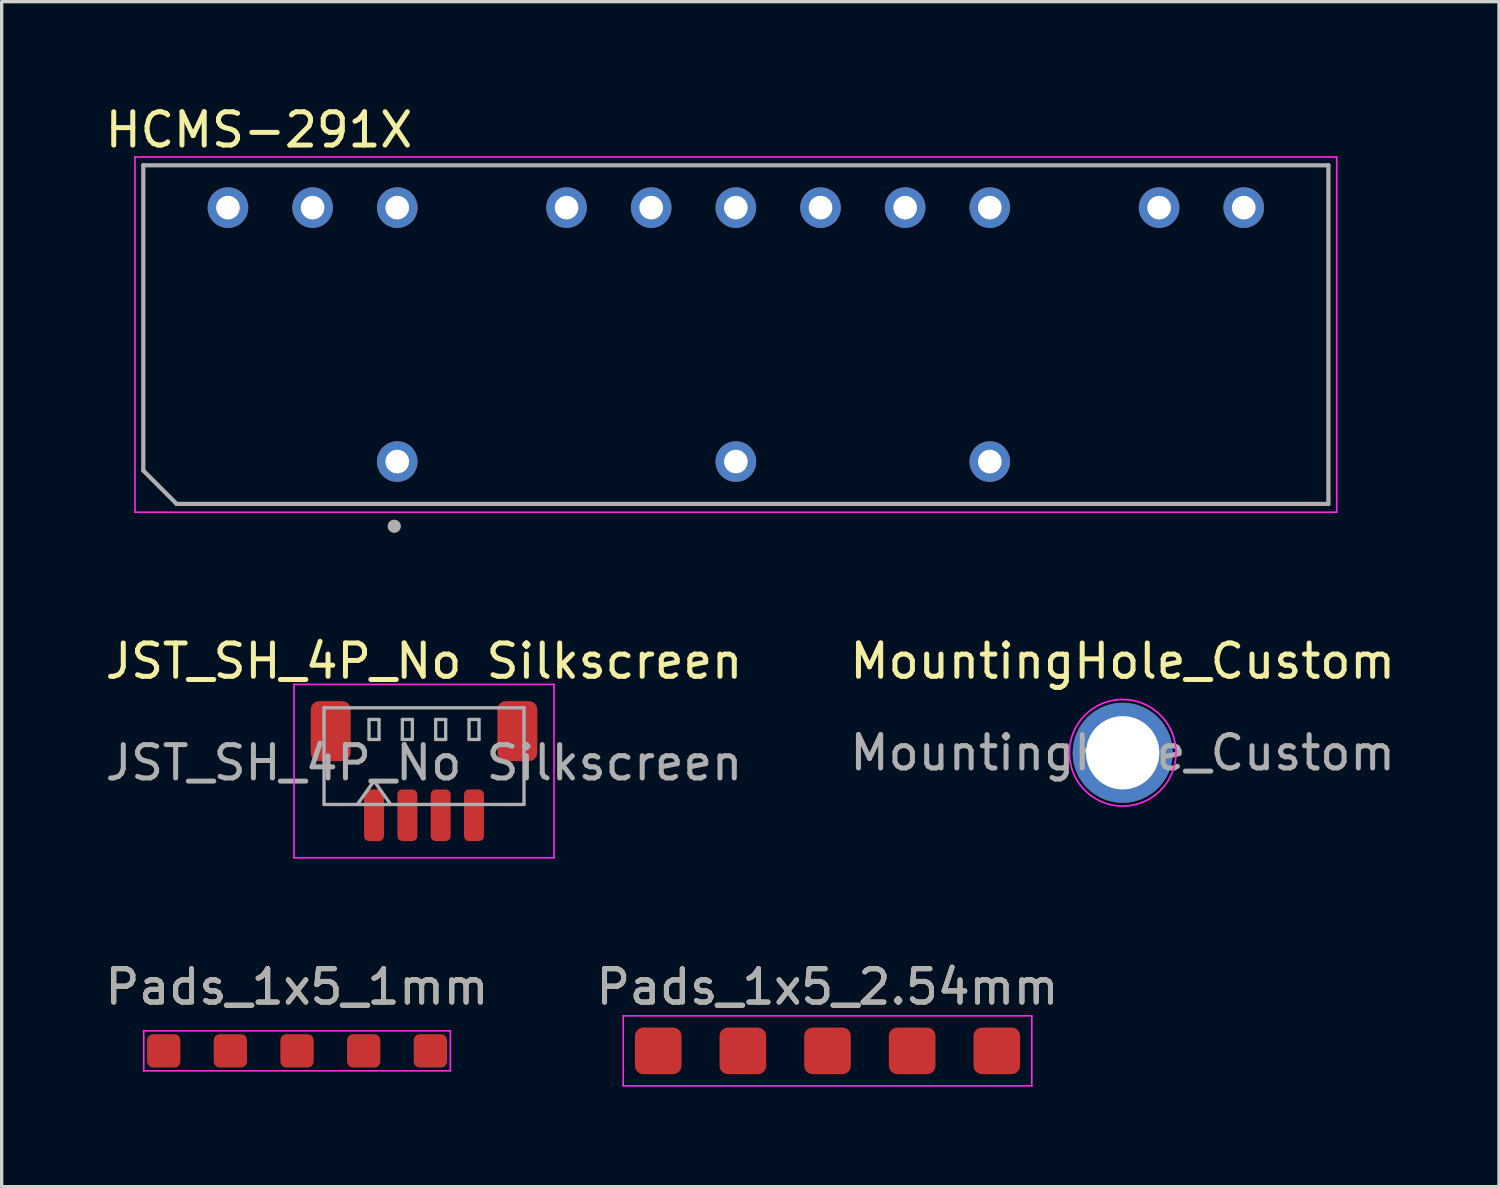
<source format=kicad_pcb>
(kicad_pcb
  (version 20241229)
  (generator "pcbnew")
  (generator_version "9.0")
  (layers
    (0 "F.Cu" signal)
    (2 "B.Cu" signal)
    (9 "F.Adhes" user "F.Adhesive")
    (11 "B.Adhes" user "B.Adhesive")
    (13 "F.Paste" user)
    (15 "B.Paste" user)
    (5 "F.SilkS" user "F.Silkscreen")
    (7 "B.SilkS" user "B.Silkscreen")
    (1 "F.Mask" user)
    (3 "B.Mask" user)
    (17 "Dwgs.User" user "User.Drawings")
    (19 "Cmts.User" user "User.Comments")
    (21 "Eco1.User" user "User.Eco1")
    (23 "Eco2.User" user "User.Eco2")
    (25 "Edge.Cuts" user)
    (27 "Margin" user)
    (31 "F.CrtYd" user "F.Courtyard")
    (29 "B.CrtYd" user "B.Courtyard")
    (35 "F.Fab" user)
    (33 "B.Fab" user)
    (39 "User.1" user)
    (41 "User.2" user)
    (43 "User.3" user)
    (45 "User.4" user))
  (footprint "HCMS-291X"
    (layer "F.Cu")
    (at 19.03 6.99)
    (property "Reference" "HCMS-291X" (at -14.31 -6.142 0) (layer "F.SilkS") (effects (font (size 1 1) (thickness 0.15))))
    (attr through_hole)
    (fp_line (start -18.03 -5.33) (end -18.03 5.33) (stroke (width 0.05) (type solid)) (layer "F.CrtYd"))
    (fp_line (start -18.03 5.33) (end 18.03 5.33) (stroke (width 0.05) (type solid)) (layer "F.CrtYd"))
    (fp_line (start 18.03 -5.33) (end -18.03 -5.33) (stroke (width 0.05) (type solid)) (layer "F.CrtYd"))
    (fp_line (start 18.03 5.33) (end 18.03 -5.33) (stroke (width 0.05) (type solid)) (layer "F.CrtYd"))
    (fp_line (start -17.78 -5.08) (end -17.78 4.08) (stroke (width 0.127) (type solid)) (layer "F.Fab"))
    (fp_line (start -17.78 4.08) (end -16.78 5.08) (stroke (width 0.127) (type solid)) (layer "F.Fab"))
    (fp_line (start -16.78 5.08) (end 17.78 5.08) (stroke (width 0.127) (type solid)) (layer "F.Fab"))
    (fp_line (start 17.78 -5.08) (end -17.78 -5.08) (stroke (width 0.127) (type solid)) (layer "F.Fab"))
    (fp_line (start 17.78 5.08) (end 17.78 -5.08) (stroke (width 0.127) (type solid)) (layer "F.Fab"))
    (fp_circle (center -10.25 5.75) (end -10.15 5.75) (stroke (width 0.2) (type solid)) (fill no) (layer "F.Fab"))
    (pad "3" thru_hole circle (at -10.16 3.81) (size 1.218 1.218) (drill 0.71) (layers "*.Cu" "*.Mask"))
    (pad "7" thru_hole circle (at 0 3.81) (size 1.218 1.218) (drill 0.71) (layers "*.Cu" "*.Mask"))
    (pad "10" thru_hole circle (at 7.62 3.81) (size 1.218 1.218) (drill 0.71) (layers "*.Cu" "*.Mask"))
    (pad "14" thru_hole circle (at 15.24 -3.81) (size 1.218 1.218) (drill 0.71) (layers "*.Cu" "*.Mask"))
    (pad "15" thru_hole circle (at 12.7 -3.81) (size 1.218 1.218) (drill 0.71) (layers "*.Cu" "*.Mask"))
    (pad "17" thru_hole circle (at 7.62 -3.81) (size 1.218 1.218) (drill 0.71) (layers "*.Cu" "*.Mask"))
    (pad "18" thru_hole circle (at 5.08 -3.81) (size 1.218 1.218) (drill 0.71) (layers "*.Cu" "*.Mask"))
    (pad "19" thru_hole circle (at 2.54 -3.81) (size 1.218 1.218) (drill 0.71) (layers "*.Cu" "*.Mask"))
    (pad "20" thru_hole circle (at 0 -3.81) (size 1.218 1.218) (drill 0.71) (layers "*.Cu" "*.Mask"))
    (pad "21" thru_hole circle (at -2.54 -3.81) (size 1.218 1.218) (drill 0.71) (layers "*.Cu" "*.Mask"))
    (pad "22" thru_hole circle (at -5.08 -3.81) (size 1.218 1.218) (drill 0.71) (layers "*.Cu" "*.Mask"))
    (pad "24" thru_hole circle (at -10.16 -3.81) (size 1.218 1.218) (drill 0.71) (layers "*.Cu" "*.Mask"))
    (pad "25" thru_hole circle (at -12.7 -3.81) (size 1.218 1.218) (drill 0.71) (layers "*.Cu" "*.Mask"))
    (pad "26" thru_hole circle (at -15.24 -3.81) (size 1.218 1.218) (drill 0.71) (layers "*.Cu" "*.Mask")))
  (footprint "MountingHole_Custom"
    (layer "F.Cu")
    (at 30.637 19.538)
    (property "Reference" "MountingHole_Custom" (at 0 -2.75 0) (layer "F.SilkS") (effects (font (size 1 1) (thickness 0.15))))
    (attr exclude_from_pos_files exclude_from_bom)
    (fp_circle (center 0 0) (end 1.6 0) (stroke (width 0.05) (type solid)) (fill no) (layer "F.CrtYd"))
    (fp_text user "${REFERENCE}" (at 0 0 0) (layer "F.Fab") (effects (font (size 1 1) (thickness 0.15))))
    (pad "1" thru_hole circle (at 0 0) (size 3 3) (drill 2.2) (layers "*.Cu" "*.Mask")))
  (footprint "Pads_1x5_2.54mm"
    (layer "F.Cu")
    (at 21.78 28.482)
    (property "Reference" "Pads_1x5_2.54mm" (at 0 -1.92 0) (layer "F.SilkS") (effects (font (size 1 1) (thickness 0.15))))
    (attr through_hole)
    (fp_line (start -6.13 -1.05) (end -6.13 1.05) (stroke (width 0.05) (type solid)) (layer "F.CrtYd"))
    (fp_line (start -6.13 1.05) (end 6.13 1.05) (stroke (width 0.05) (type solid)) (layer "F.CrtYd"))
    (fp_line (start 6.13 -1.05) (end -6.13 -1.05) (stroke (width 0.05) (type solid)) (layer "F.CrtYd"))
    (fp_line (start 6.13 1.05) (end 6.13 -1.05) (stroke (width 0.05) (type solid)) (layer "F.CrtYd"))
    (fp_text user "${REFERENCE}" (at 0 -1.92 0) (layer "F.Fab") (effects (font (size 1 1) (thickness 0.15))))
    (pad "1" smd roundrect (at -5.08 0) (size 1.4 1.4) (layers "F.Cu" "F.Mask") (roundrect_rratio 0.179))
    (pad "2" smd roundrect (at -2.54 0) (size 1.4 1.4) (layers "F.Cu" "F.Mask") (roundrect_rratio 0.179))
    (pad "3" smd roundrect (at 0 0) (size 1.4 1.4) (layers "F.Cu" "F.Mask") (roundrect_rratio 0.179))
    (pad "4" smd roundrect (at 2.54 0) (size 1.4 1.4) (layers "F.Cu" "F.Mask") (roundrect_rratio 0.179))
    (pad "5" smd roundrect (at 5.08 0) (size 1.4 1.4) (layers "F.Cu" "F.Mask") (roundrect_rratio 0.179)))
  (footprint "JST_SH_4P_No Silkscreen"
    (layer "F.Cu")
    (at 9.673 20.088)
    (property "Reference" "JST_SH_4P_No Silkscreen" (at 0 -3.3 0) (layer "F.SilkS") (effects (font (size 1 1) (thickness 0.15))))
    (attr smd)
    (fp_line (start -3.9 -2.6) (end -3.9 2.6) (stroke (width 0.05) (type solid)) (layer "F.CrtYd"))
    (fp_line (start -3.9 2.6) (end 3.9 2.6) (stroke (width 0.05) (type solid)) (layer "F.CrtYd"))
    (fp_line (start 3.9 -2.6) (end -3.9 -2.6) (stroke (width 0.05) (type solid)) (layer "F.CrtYd"))
    (fp_line (start 3.9 2.6) (end 3.9 -2.6) (stroke (width 0.05) (type solid)) (layer "F.CrtYd"))
    (fp_line (start -3 -1.9) (end 3 -1.9) (stroke (width 0.1) (type solid)) (layer "F.Fab"))
    (fp_line (start -3 1) (end -3 -1.9) (stroke (width 0.1) (type solid)) (layer "F.Fab"))
    (fp_line (start -3 1) (end 3 1) (stroke (width 0.1) (type solid)) (layer "F.Fab"))
    (fp_line (start -2 1) (end -1.5 0.293) (stroke (width 0.1) (type solid)) (layer "F.Fab"))
    (fp_line (start -1.65 -1.55) (end -1.65 -0.95) (stroke (width 0.1) (type solid)) (layer "F.Fab"))
    (fp_line (start -1.65 -0.95) (end -1.35 -0.95) (stroke (width 0.1) (type solid)) (layer "F.Fab"))
    (fp_line (start -1.5 0.293) (end -1 1) (stroke (width 0.1) (type solid)) (layer "F.Fab"))
    (fp_line (start -1.35 -1.55) (end -1.65 -1.55) (stroke (width 0.1) (type solid)) (layer "F.Fab"))
    (fp_line (start -1.35 -0.95) (end -1.35 -1.55) (stroke (width 0.1) (type solid)) (layer "F.Fab"))
    (fp_line (start -0.65 -1.55) (end -0.65 -0.95) (stroke (width 0.1) (type solid)) (layer "F.Fab"))
    (fp_line (start -0.65 -0.95) (end -0.35 -0.95) (stroke (width 0.1) (type solid)) (layer "F.Fab"))
    (fp_line (start -0.35 -1.55) (end -0.65 -1.55) (stroke (width 0.1) (type solid)) (layer "F.Fab"))
    (fp_line (start -0.35 -0.95) (end -0.35 -1.55) (stroke (width 0.1) (type solid)) (layer "F.Fab"))
    (fp_line (start 0.35 -1.55) (end 0.35 -0.95) (stroke (width 0.1) (type solid)) (layer "F.Fab"))
    (fp_line (start 0.35 -0.95) (end 0.65 -0.95) (stroke (width 0.1) (type solid)) (layer "F.Fab"))
    (fp_line (start 0.65 -1.55) (end 0.35 -1.55) (stroke (width 0.1) (type solid)) (layer "F.Fab"))
    (fp_line (start 0.65 -0.95) (end 0.65 -1.55) (stroke (width 0.1) (type solid)) (layer "F.Fab"))
    (fp_line (start 1.35 -1.55) (end 1.35 -0.95) (stroke (width 0.1) (type solid)) (layer "F.Fab"))
    (fp_line (start 1.35 -0.95) (end 1.65 -0.95) (stroke (width 0.1) (type solid)) (layer "F.Fab"))
    (fp_line (start 1.65 -1.55) (end 1.35 -1.55) (stroke (width 0.1) (type solid)) (layer "F.Fab"))
    (fp_line (start 1.65 -0.95) (end 1.65 -1.55) (stroke (width 0.1) (type solid)) (layer "F.Fab"))
    (fp_line (start 3 1) (end 3 -1.9) (stroke (width 0.1) (type solid)) (layer "F.Fab"))
    (fp_text user "${REFERENCE}" (at 0 -0.25 0) (layer "F.Fab") (effects (font (size 1 1) (thickness 0.15))))
    (pad "1" smd roundrect (at -1.5 1.325) (size 0.6 1.55) (layers "F.Cu" "F.Mask" "F.Paste") (roundrect_rratio 0.25))
    (pad "2" smd roundrect (at -0.5 1.325) (size 0.6 1.55) (layers "F.Cu" "F.Mask" "F.Paste") (roundrect_rratio 0.25))
    (pad "3" smd roundrect (at 0.5 1.325) (size 0.6 1.55) (layers "F.Cu" "F.Mask" "F.Paste") (roundrect_rratio 0.25))
    (pad "4" smd roundrect (at 1.5 1.325) (size 0.6 1.55) (layers "F.Cu" "F.Mask" "F.Paste") (roundrect_rratio 0.25))
    (pad "MP" smd roundrect (at -2.8 -1.2) (size 1.2 1.8) (layers "F.Cu" "F.Mask" "F.Paste") (roundrect_rratio 0.208))
    (pad "MP" smd roundrect (at 2.8 -1.2) (size 1.2 1.8) (layers "F.Cu" "F.Mask" "F.Paste") (roundrect_rratio 0.208)))
  (footprint "Pads_1x5_1mm"
    (layer "F.Cu")
    (at 5.863 28.482)
    (property "Reference" "Pads_1x5_1mm" (at 0 -1.92 180) (layer "F.SilkS") (effects (font (size 1 1) (thickness 0.15))))
    (attr through_hole)
    (fp_line (start -4.6 -0.6) (end -4.6 0.6) (stroke (width 0.05) (type solid)) (layer "F.CrtYd"))
    (fp_line (start -4.6 0.6) (end 4.6 0.6) (stroke (width 0.05) (type solid)) (layer "F.CrtYd"))
    (fp_line (start 4.6 -0.6) (end -4.6 -0.6) (stroke (width 0.05) (type solid)) (layer "F.CrtYd"))
    (fp_line (start 4.6 0.6) (end 4.6 -0.6) (stroke (width 0.05) (type solid)) (layer "F.CrtYd"))
    (fp_text user "${REFERENCE}" (at 0 -1.92 180) (layer "F.Fab") (effects (font (size 1 1) (thickness 0.15))))
    (pad "1" smd roundrect (at -4 0) (size 1 1) (layers "F.Cu" "F.Mask") (roundrect_rratio 0.179))
    (pad "2" smd roundrect (at -2 0) (size 1 1) (layers "F.Cu" "F.Mask") (roundrect_rratio 0.179))
    (pad "3" smd roundrect (at 0 0) (size 1 1) (layers "F.Cu" "F.Mask") (roundrect_rratio 0.179))
    (pad "4" smd roundrect (at 2 0) (size 1 1) (layers "F.Cu" "F.Mask") (roundrect_rratio 0.179))
    (pad "5" smd roundrect (at 4 0) (size 1 1) (layers "F.Cu" "F.Mask") (roundrect_rratio 0.179)))
  (gr_rect
    (start -3 -3)
    (end 41.929 32.557)
    (stroke (width 0.1) (type default))
    (fill no)
    (layer "Edge.Cuts")))
</source>
